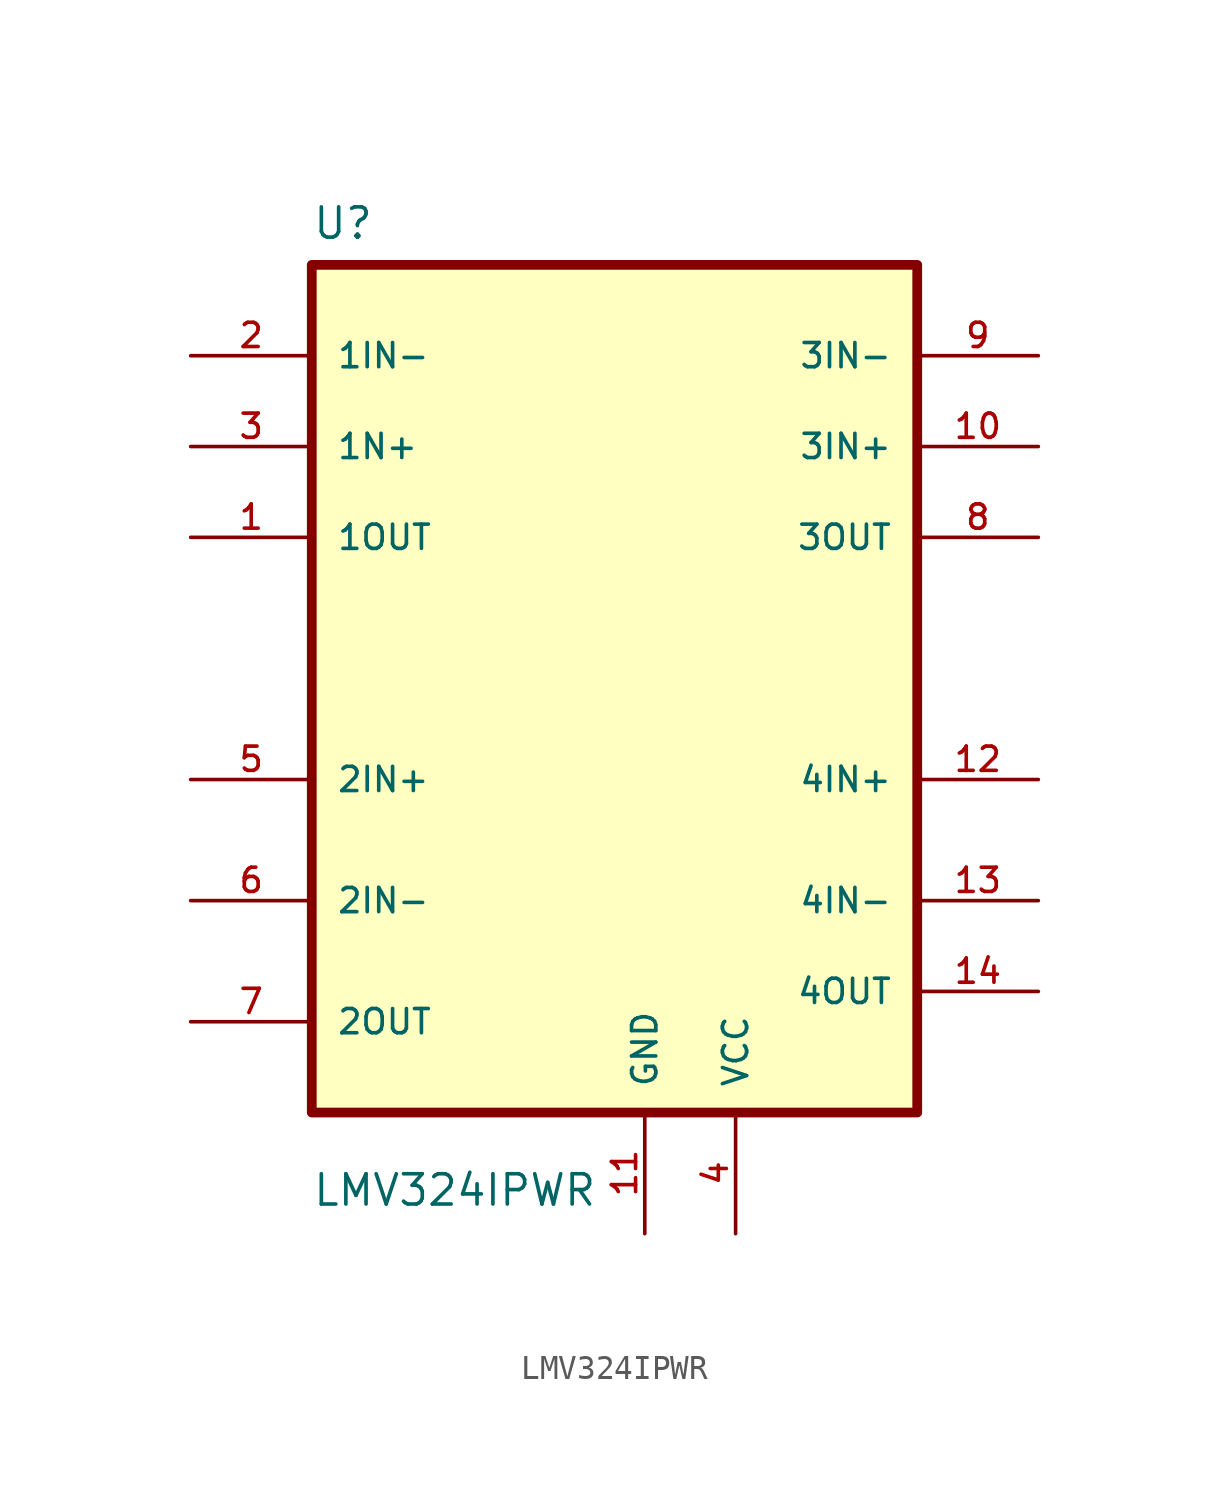
<source format=kicad_sym>
(kicad_symbol_lib
  (version 20220914)
  (generator kicad_symbol_editor)
  (symbol "LMV324IPWR"
    (pin_names
      (offset 1.016))
    (property "Reference" "U"
      (at -12.7 18.78 0)
      (effects (font (size 1.27 1.27)) (justify left bottom)))
    (property "Value" "LMV324IPWR"
      (at -12.7 -21.78 0)
      (effects (font (size 1.27 1.27)) (justify left bottom)))
    (symbol "LMV324IPWR_0_0"
      (rectangle (start -12.7 -17.78) (end 12.7 17.78) (stroke (width 0.41) (type default)) (fill (type background)))
      (pin output line (at -17.78 6.35 0) (length 5.08) (name "1OUT" (effects (font (size 1.016 1.016)))) (number "1" (effects (font (size 1.016 1.016)))))
      (pin input line (at 17.78 10.16 180) (length 5.08) (name "3IN+" (effects (font (size 1.016 1.016)))) (number "10" (effects (font (size 1.016 1.016)))))
      (pin power_in line (at 1.27 -22.86 90) (length 5.08) (name "GND" (effects (font (size 1.016 1.016)))) (number "11" (effects (font (size 1.016 1.016)))))
      (pin input line (at 17.78 -3.81 180) (length 5.08) (name "4IN+" (effects (font (size 1.016 1.016)))) (number "12" (effects (font (size 1.016 1.016)))))
      (pin input line (at 17.78 -8.89 180) (length 5.08) (name "4IN-" (effects (font (size 1.016 1.016)))) (number "13" (effects (font (size 1.016 1.016)))))
      (pin output line (at 17.78 -12.7 180) (length 5.08) (name "4OUT" (effects (font (size 1.016 1.016)))) (number "14" (effects (font (size 1.016 1.016)))))
      (pin input line (at -17.78 13.97 0) (length 5.08) (name "1IN-" (effects (font (size 1.016 1.016)))) (number "2" (effects (font (size 1.016 1.016)))))
      (pin bidirectional line (at -17.78 10.16 0) (length 5.08) (name "1N+" (effects (font (size 1.016 1.016)))) (number "3" (effects (font (size 1.016 1.016)))))
      (pin power_in line (at 5.08 -22.86 90) (length 5.08) (name "VCC" (effects (font (size 1.016 1.016)))) (number "4" (effects (font (size 1.016 1.016)))))
      (pin input line (at -17.78 -3.81 0) (length 5.08) (name "2IN+" (effects (font (size 1.016 1.016)))) (number "5" (effects (font (size 1.016 1.016)))))
      (pin input line (at -17.78 -8.89 0) (length 5.08) (name "2IN-" (effects (font (size 1.016 1.016)))) (number "6" (effects (font (size 1.016 1.016)))))
      (pin output line (at -17.78 -13.97 0) (length 5.08) (name "2OUT" (effects (font (size 1.016 1.016)))) (number "7" (effects (font (size 1.016 1.016)))))
      (pin output line (at 17.78 6.35 180) (length 5.08) (name "3OUT" (effects (font (size 1.016 1.016)))) (number "8" (effects (font (size 1.016 1.016)))))
      (pin input line (at 17.78 13.97 180) (length 5.08) (name "3IN-" (effects (font (size 1.016 1.016)))) (number "9" (effects (font (size 1.016 1.016))))))))
</source>
